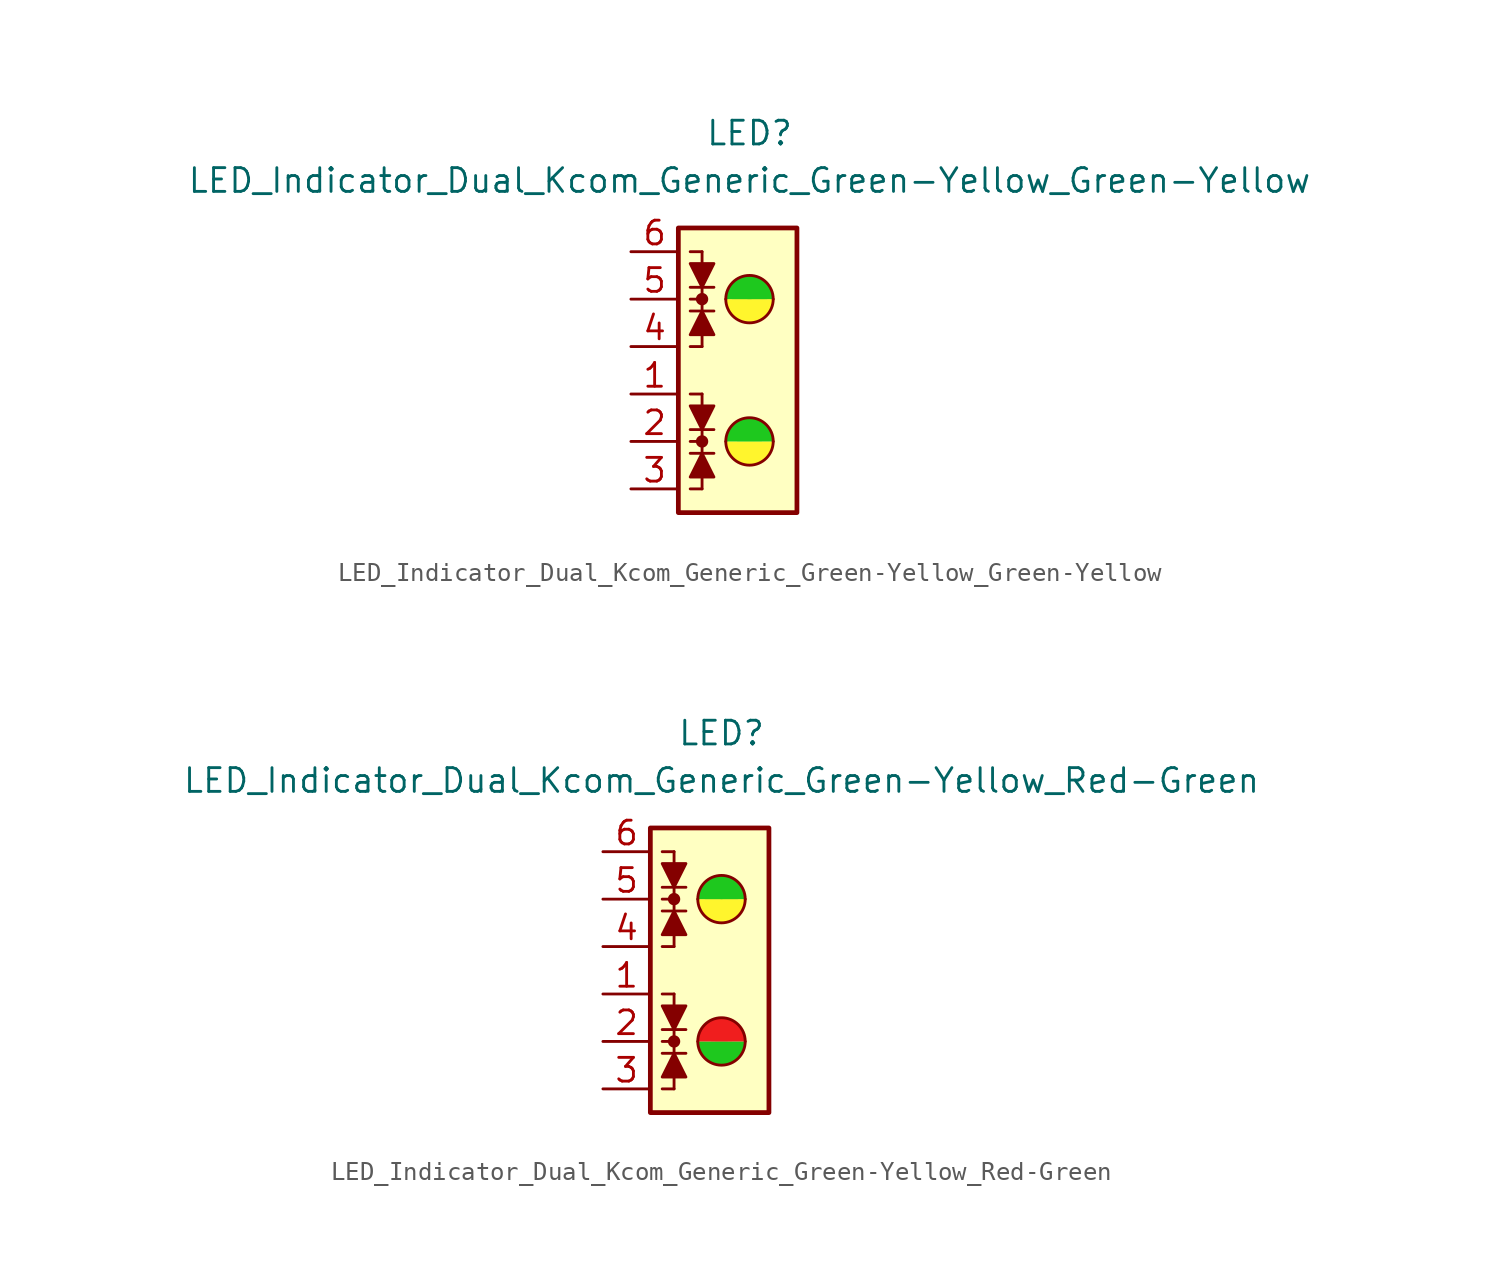
<source format=kicad_sym>
(kicad_symbol_lib
  (version 20231120)
  (generator "kicad_symbol_editor")
  (generator_version "8.0")
  (symbol "LED_Indicator_Dual_Kcom_Generic_Green-Yellow_Green-Yellow"
    (pin_names
      (offset 1.016) hide)
    (property "Reference" "LED"
      (at 0 12.7 0)
      (effects (font (size 1.27 1.27))))
    (property "Value" "LED_Indicator_Dual_Kcom_Generic_Green-Yellow_Green-Yellow"
      (at 0 10.16 0)
      (effects (font (size 1.27 1.27))))
    (symbol "LED_Indicator_Dual_Kcom_Generic_Green-Yellow_Green-Yellow_0_1"
      (rectangle (start -3.81 7.62) (end 2.54 -7.62) (stroke (width 0.254) (type default)) (fill (type background)))
      (circle (center -2.54 -3.81) (radius 0.254) (stroke (width 0) (type default)) (fill (type outline)))
      (circle (center -2.54 3.81) (radius 0.254) (stroke (width 0) (type default)) (fill (type outline)))
      (arc (start -1.27 -3.81) (mid 0 -5.0745) (end 1.27 -3.81) (stroke (width 0) (type default)) (fill (type color) (color 255 245 45 1)))
      (arc (start -1.27 3.81) (mid 0 2.5455) (end 1.27 3.81) (stroke (width 0) (type default)) (fill (type color) (color 255 245 45 1)))
      (polyline (pts (xy -3.175 -3.175) (xy -1.905 -3.175)) (stroke (width 0) (type default)) (fill (type none)))
      (polyline (pts (xy -3.175 4.445) (xy -1.905 4.445)) (stroke (width 0) (type default)) (fill (type none)))
      (polyline (pts (xy -2.54 -6.35) (xy -3.175 -6.35)) (stroke (width 0) (type default)) (fill (type none)))
      (polyline (pts (xy -2.54 -6.35) (xy -2.54 -3.81)) (stroke (width 0) (type default)) (fill (type none)))
      (polyline (pts (xy -2.54 -3.81) (xy -3.175 -3.81)) (stroke (width 0) (type default)) (fill (type none)))
      (polyline (pts (xy -2.54 -1.27) (xy -3.175 -1.27)) (stroke (width 0) (type default)) (fill (type none)))
      (polyline (pts (xy -2.54 -1.27) (xy -2.54 -3.81)) (stroke (width 0) (type default)) (fill (type none)))
      (polyline (pts (xy -2.54 1.27) (xy -3.175 1.27)) (stroke (width 0) (type default)) (fill (type none)))
      (polyline (pts (xy -2.54 1.27) (xy -2.54 3.81)) (stroke (width 0) (type default)) (fill (type none)))
      (polyline (pts (xy -2.54 3.81) (xy -3.175 3.81)) (stroke (width 0) (type default)) (fill (type none)))
      (polyline (pts (xy -2.54 6.35) (xy -3.175 6.35)) (stroke (width 0) (type default)) (fill (type none)))
      (polyline (pts (xy -2.54 6.35) (xy -2.54 3.81)) (stroke (width 0) (type default)) (fill (type none)))
      (polyline (pts (xy -1.905 -4.445) (xy -3.175 -4.445)) (stroke (width 0) (type default)) (fill (type none)))
      (polyline (pts (xy -1.905 3.175) (xy -3.175 3.175)) (stroke (width 0) (type default)) (fill (type none)))
      (polyline (pts (xy -2.54 -4.445) (xy -1.905 -5.715) (xy -3.175 -5.715) (xy -2.54 -4.445)) (stroke (width 0) (type default)) (fill (type outline)))
      (polyline (pts (xy -2.54 -3.175) (xy -3.175 -1.905) (xy -1.905 -1.905) (xy -2.54 -3.175)) (stroke (width 0) (type default)) (fill (type outline)))
      (polyline (pts (xy -2.54 3.175) (xy -1.905 1.905) (xy -3.175 1.905) (xy -2.54 3.175)) (stroke (width 0) (type default)) (fill (type outline)))
      (polyline (pts (xy -2.54 4.445) (xy -3.175 5.715) (xy -1.905 5.715) (xy -2.54 4.445)) (stroke (width 0) (type default)) (fill (type outline)))
      (arc (start 1.27 -3.81) (mid 0 -2.5455) (end -1.27 -3.81) (stroke (width 0) (type default)) (fill (type color) (color 30 200 30 1)))
      (arc (start 1.27 3.81) (mid 0 5.0745) (end -1.27 3.81) (stroke (width 0) (type default)) (fill (type color) (color 30 200 30 1))))
    (symbol "LED_Indicator_Dual_Kcom_Generic_Green-Yellow_Green-Yellow_1_1"
      (pin passive line (at -6.35 -1.27 0) (length 2.54) (name "K1" (effects (font (size 1.27 1.27)))) (number "1" (effects (font (size 1.27 1.27)))))
      (pin passive line (at -6.35 -3.81 0) (length 2.54) (name "A12" (effects (font (size 1.27 1.27)))) (number "2" (effects (font (size 1.27 1.27)))))
      (pin passive line (at -6.35 -6.35 0) (length 2.54) (name "K2" (effects (font (size 1.27 1.27)))) (number "3" (effects (font (size 1.27 1.27)))))
      (pin passive line (at -6.35 1.27 0) (length 2.54) (name "K4" (effects (font (size 1.27 1.27)))) (number "4" (effects (font (size 1.27 1.27)))))
      (pin passive line (at -6.35 3.81 0) (length 2.54) (name "A34" (effects (font (size 1.27 1.27)))) (number "5" (effects (font (size 1.27 1.27)))))
      (pin passive line (at -6.35 6.35 0) (length 2.54) (name "K3" (effects (font (size 1.27 1.27)))) (number "6" (effects (font (size 1.27 1.27)))))))
  (symbol "LED_Indicator_Dual_Kcom_Generic_Green-Yellow_Red-Green"
    (pin_names
      (offset 1.016) hide)
    (property "Reference" "LED"
      (at 0 12.7 0)
      (effects (font (size 1.27 1.27))))
    (property "Value" "LED_Indicator_Dual_Kcom_Generic_Green-Yellow_Red-Green"
      (at 0 10.16 0)
      (effects (font (size 1.27 1.27))))
    (symbol "LED_Indicator_Dual_Kcom_Generic_Green-Yellow_Red-Green_0_1"
      (rectangle (start -3.81 7.62) (end 2.54 -7.62) (stroke (width 0.254) (type default)) (fill (type background)))
      (circle (center -2.54 -3.81) (radius 0.254) (stroke (width 0) (type default)) (fill (type outline)))
      (circle (center -2.54 3.81) (radius 0.254) (stroke (width 0) (type default)) (fill (type outline)))
      (arc (start -1.27 -3.81) (mid 0 -5.0745) (end 1.27 -3.81) (stroke (width 0) (type default)) (fill (type color) (color 30 200 30 1)))
      (arc (start -1.27 3.81) (mid 0 2.5455) (end 1.27 3.81) (stroke (width 0) (type default)) (fill (type color) (color 255 245 45 1)))
      (polyline (pts (xy -3.175 -3.175) (xy -1.905 -3.175)) (stroke (width 0) (type default)) (fill (type none)))
      (polyline (pts (xy -3.175 4.445) (xy -1.905 4.445)) (stroke (width 0) (type default)) (fill (type none)))
      (polyline (pts (xy -2.54 -6.35) (xy -3.175 -6.35)) (stroke (width 0) (type default)) (fill (type none)))
      (polyline (pts (xy -2.54 -6.35) (xy -2.54 -3.81)) (stroke (width 0) (type default)) (fill (type none)))
      (polyline (pts (xy -2.54 -3.81) (xy -3.175 -3.81)) (stroke (width 0) (type default)) (fill (type none)))
      (polyline (pts (xy -2.54 -1.27) (xy -3.175 -1.27)) (stroke (width 0) (type default)) (fill (type none)))
      (polyline (pts (xy -2.54 -1.27) (xy -2.54 -3.81)) (stroke (width 0) (type default)) (fill (type none)))
      (polyline (pts (xy -2.54 1.27) (xy -3.175 1.27)) (stroke (width 0) (type default)) (fill (type none)))
      (polyline (pts (xy -2.54 1.27) (xy -2.54 3.81)) (stroke (width 0) (type default)) (fill (type none)))
      (polyline (pts (xy -2.54 3.81) (xy -3.175 3.81)) (stroke (width 0) (type default)) (fill (type none)))
      (polyline (pts (xy -2.54 6.35) (xy -3.175 6.35)) (stroke (width 0) (type default)) (fill (type none)))
      (polyline (pts (xy -2.54 6.35) (xy -2.54 3.81)) (stroke (width 0) (type default)) (fill (type none)))
      (polyline (pts (xy -1.905 -4.445) (xy -3.175 -4.445)) (stroke (width 0) (type default)) (fill (type none)))
      (polyline (pts (xy -1.905 3.175) (xy -3.175 3.175)) (stroke (width 0) (type default)) (fill (type none)))
      (polyline (pts (xy -2.54 -4.445) (xy -1.905 -5.715) (xy -3.175 -5.715) (xy -2.54 -4.445)) (stroke (width 0) (type default)) (fill (type outline)))
      (polyline (pts (xy -2.54 -3.175) (xy -3.175 -1.905) (xy -1.905 -1.905) (xy -2.54 -3.175)) (stroke (width 0) (type default)) (fill (type outline)))
      (polyline (pts (xy -2.54 3.175) (xy -1.905 1.905) (xy -3.175 1.905) (xy -2.54 3.175)) (stroke (width 0) (type default)) (fill (type outline)))
      (polyline (pts (xy -2.54 4.445) (xy -3.175 5.715) (xy -1.905 5.715) (xy -2.54 4.445)) (stroke (width 0) (type default)) (fill (type outline)))
      (arc (start 1.27 -3.81) (mid 0 -2.5455) (end -1.27 -3.81) (stroke (width 0) (type default)) (fill (type color) (color 240 30 30 1)))
      (arc (start 1.27 3.81) (mid 0 5.0745) (end -1.27 3.81) (stroke (width 0) (type default)) (fill (type color) (color 30 200 30 1))))
    (symbol "LED_Indicator_Dual_Kcom_Generic_Green-Yellow_Red-Green_1_1"
      (pin passive line (at -6.35 -1.27 0) (length 2.54) (name "K1" (effects (font (size 1.27 1.27)))) (number "1" (effects (font (size 1.27 1.27)))))
      (pin passive line (at -6.35 -3.81 0) (length 2.54) (name "A12" (effects (font (size 1.27 1.27)))) (number "2" (effects (font (size 1.27 1.27)))))
      (pin passive line (at -6.35 -6.35 0) (length 2.54) (name "K2" (effects (font (size 1.27 1.27)))) (number "3" (effects (font (size 1.27 1.27)))))
      (pin passive line (at -6.35 1.27 0) (length 2.54) (name "K4" (effects (font (size 1.27 1.27)))) (number "4" (effects (font (size 1.27 1.27)))))
      (pin passive line (at -6.35 3.81 0) (length 2.54) (name "A34" (effects (font (size 1.27 1.27)))) (number "5" (effects (font (size 1.27 1.27)))))
      (pin passive line (at -6.35 6.35 0) (length 2.54) (name "K3" (effects (font (size 1.27 1.27)))) (number "6" (effects (font (size 1.27 1.27))))))))
</source>
